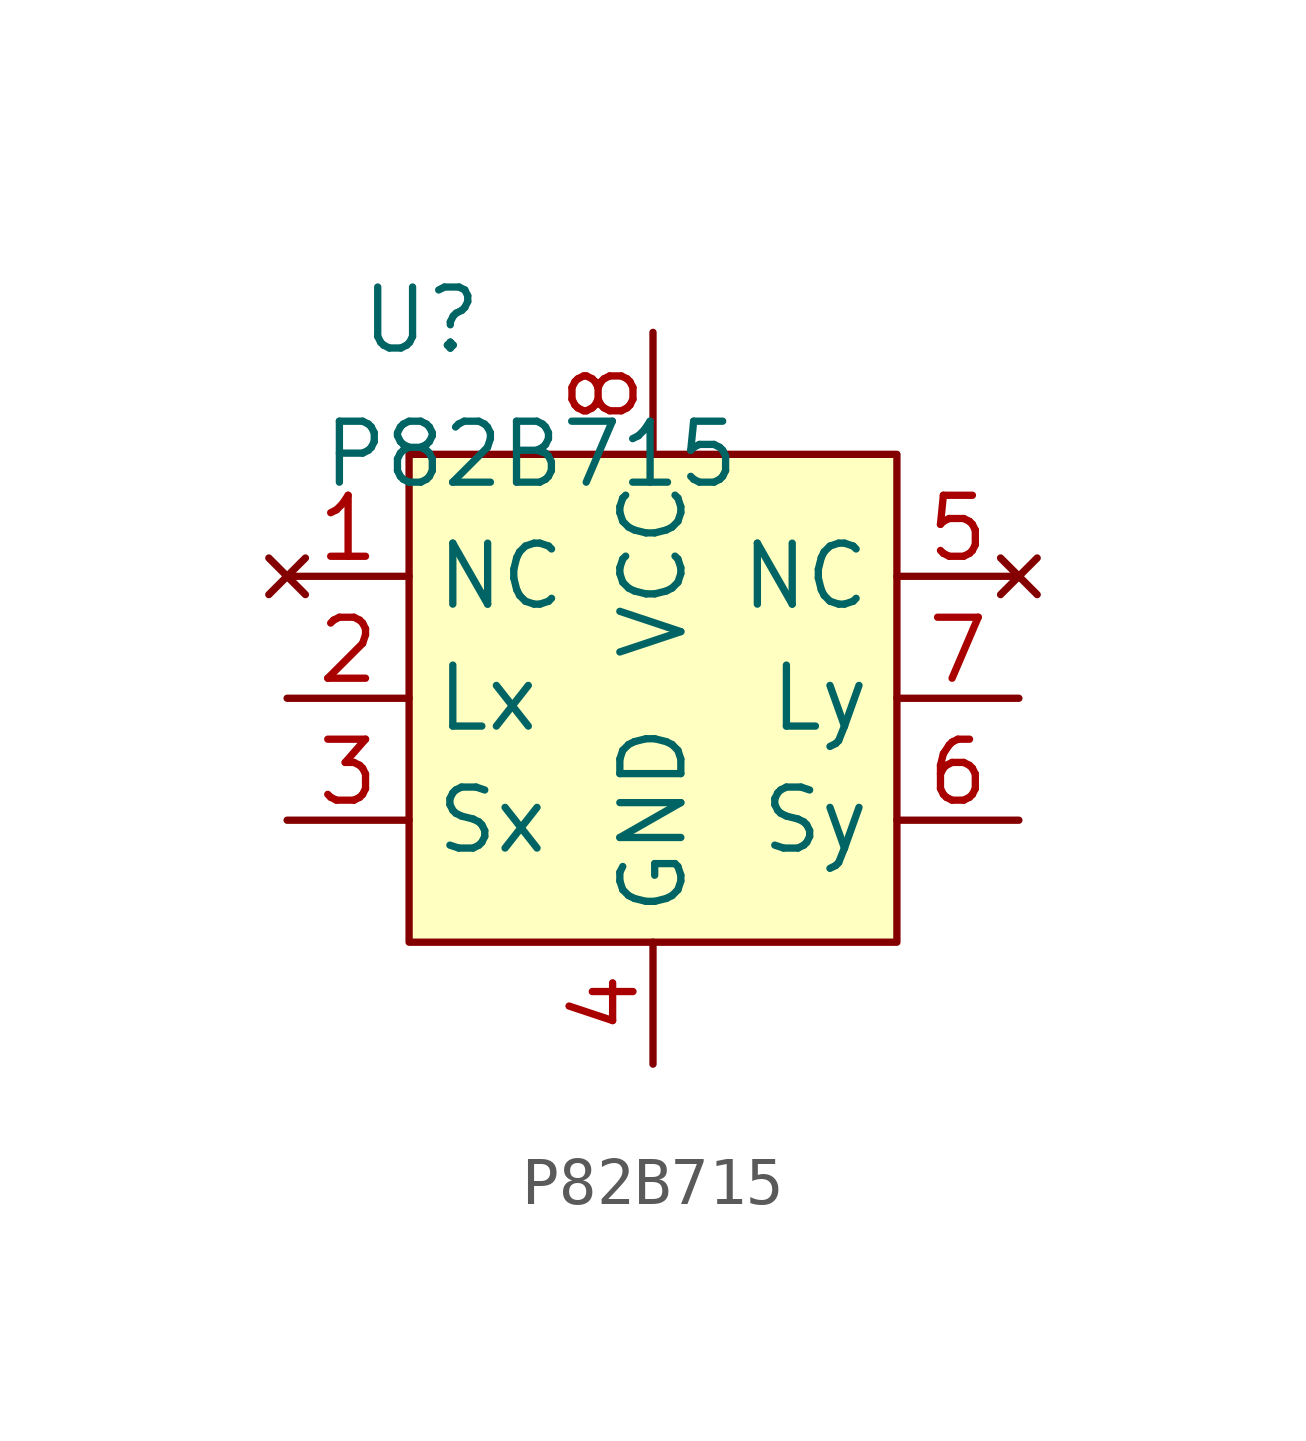
<source format=kicad_sym>
(kicad_symbol_lib
  (version 20241209)
  (generator "kicad_symbol_editor")
  (generator_version "9.0")
  (symbol "P82B715"
    (property "Reference" "U"
      (at -2.286 2.794 0)
      (effects (font (size 1.27 1.27))))
    (property "Value" "P82B715"
      (at 0 0 0)
      (effects (font (size 1.27 1.27))))
    (symbol "P82B715_1_1"
      (rectangle (start -2.54 0) (end 7.62 -10.16) (stroke (width 0) (type solid)) (fill (type color) (color 255 255 194 1)))
      (pin no_connect line (at -5.08 -2.54 0) (length 2.54) (name "NC" (effects (font (size 1.27 1.27)))) (number "1" (effects (font (size 1.27 1.27)))))
      (pin bidirectional line (at -5.08 -5.08 0) (length 2.54) (name "Lx" (effects (font (size 1.27 1.27)))) (number "2" (effects (font (size 1.27 1.27)))))
      (pin bidirectional line (at -5.08 -7.62 0) (length 2.54) (name "Sx" (effects (font (size 1.27 1.27)))) (number "3" (effects (font (size 1.27 1.27)))))
      (pin free line (at 2.54 2.54 270) (length 2.54) (name "VCC" (effects (font (size 1.27 1.27)))) (number "8" (effects (font (size 1.27 1.27)))))
      (pin free line (at 2.54 -12.7 90) (length 2.54) (name "GND" (effects (font (size 1.27 1.27)))) (number "4" (effects (font (size 1.27 1.27)))))
      (pin no_connect line (at 10.16 -2.54 180) (length 2.54) (name "NC" (effects (font (size 1.27 1.27)))) (number "5" (effects (font (size 1.27 1.27)))))
      (pin bidirectional line (at 10.16 -5.08 180) (length 2.54) (name "Ly" (effects (font (size 1.27 1.27)))) (number "7" (effects (font (size 1.27 1.27)))))
      (pin bidirectional line (at 10.16 -7.62 180) (length 2.54) (name "Sy" (effects (font (size 1.27 1.27)))) (number "6" (effects (font (size 1.27 1.27))))))))
</source>
